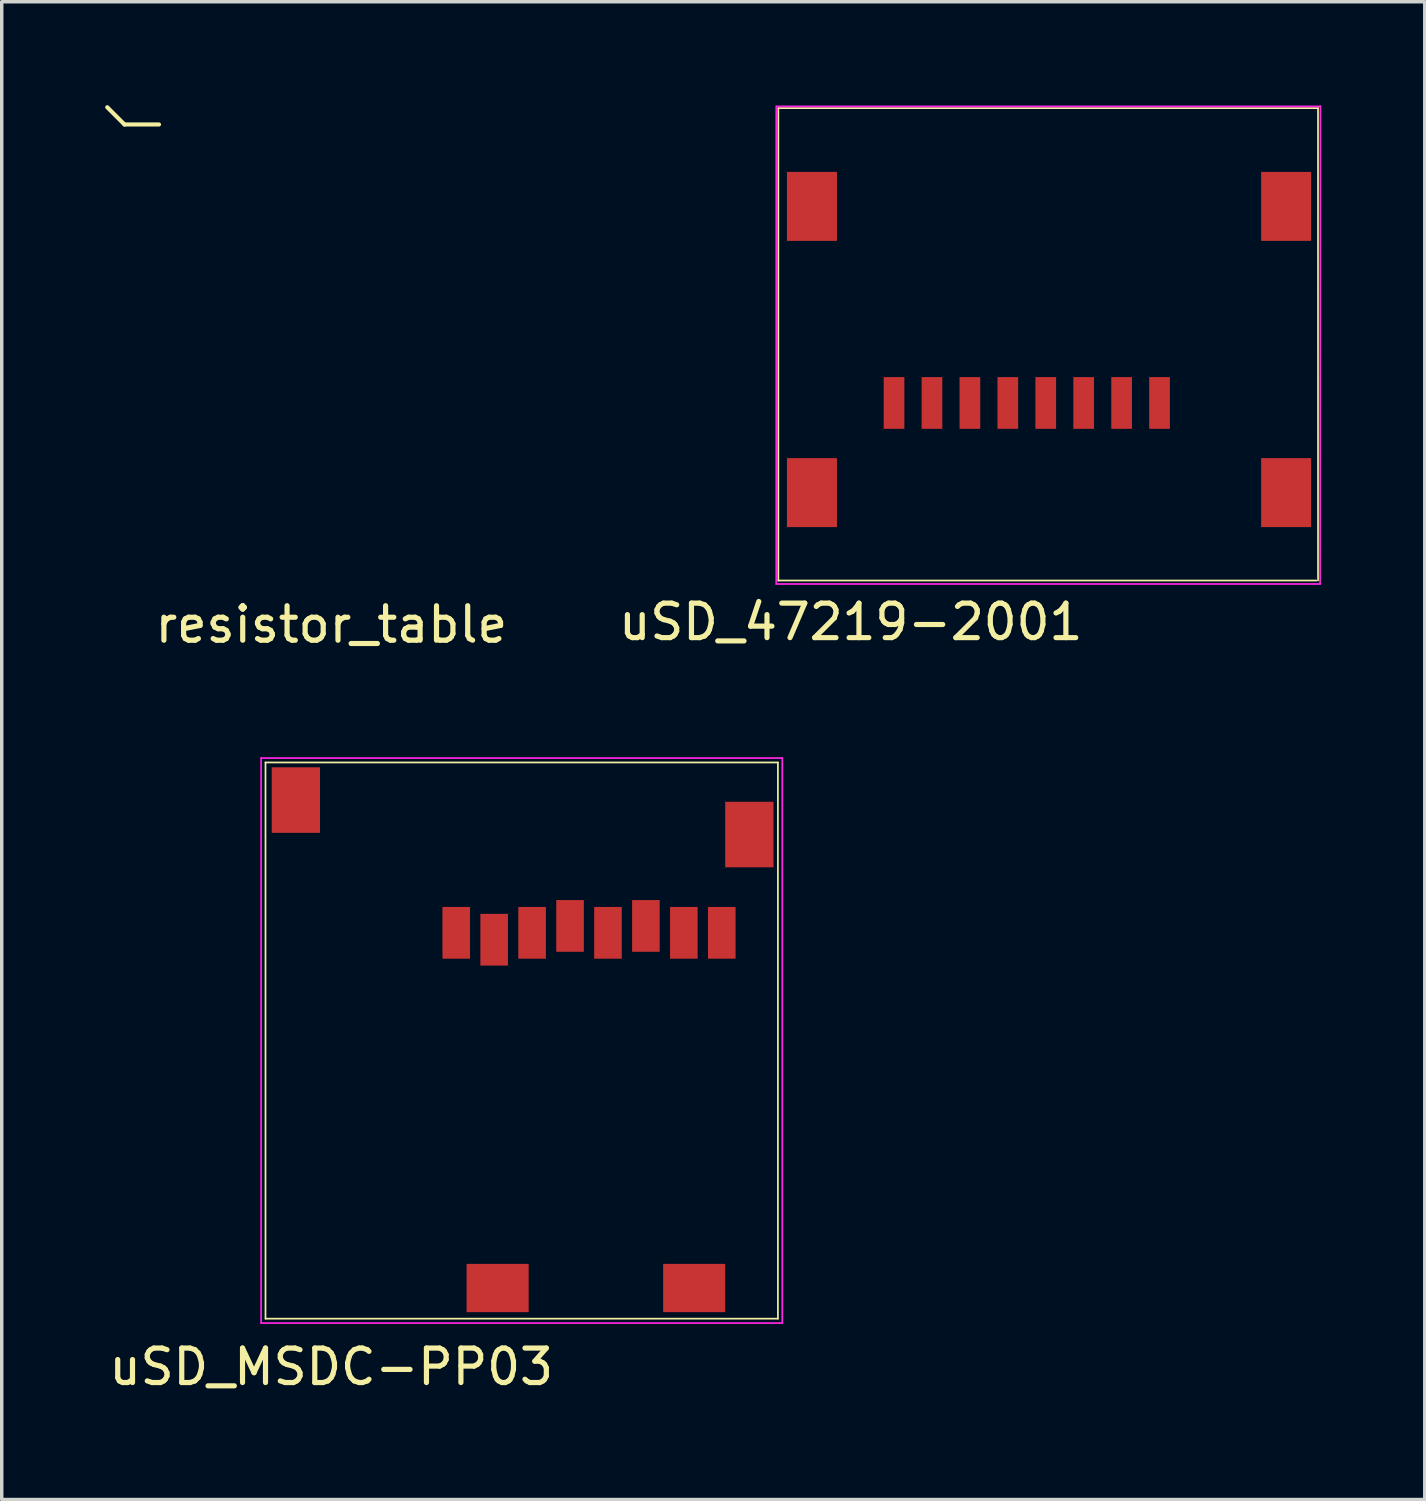
<source format=kicad_pcb>
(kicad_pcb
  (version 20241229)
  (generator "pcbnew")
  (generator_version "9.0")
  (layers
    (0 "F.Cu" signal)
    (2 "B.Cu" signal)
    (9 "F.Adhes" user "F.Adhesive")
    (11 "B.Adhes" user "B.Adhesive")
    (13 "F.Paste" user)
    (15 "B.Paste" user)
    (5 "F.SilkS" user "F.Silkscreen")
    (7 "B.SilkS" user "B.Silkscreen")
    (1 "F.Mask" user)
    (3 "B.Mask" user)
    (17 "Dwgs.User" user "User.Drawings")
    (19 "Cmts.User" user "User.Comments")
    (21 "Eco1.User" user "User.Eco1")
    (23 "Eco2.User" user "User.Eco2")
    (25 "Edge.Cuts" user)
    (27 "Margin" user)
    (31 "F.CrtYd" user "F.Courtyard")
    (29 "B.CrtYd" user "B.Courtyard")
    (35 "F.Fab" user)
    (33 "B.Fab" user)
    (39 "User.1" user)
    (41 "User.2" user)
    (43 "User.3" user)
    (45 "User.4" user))
  (footprint "resistor_table"
    (layer "F.Cu")
    (at 6.56 14.56)
    (property "Reference" "resistor_table" (at 0 0.5 0) (layer "F.SilkS") (effects (font (size 1 1) (thickness 0.15))))
    (attr through_hole)
    (fp_line (start -6.5 -14.5) (end -6 -14) (stroke (width 0.12) (type solid)) (layer "F.SilkS"))
    (fp_line (start -6 -14) (end -5 -14) (stroke (width 0.12) (type solid)) (layer "F.SilkS")))
  (footprint "uSD_MSDC-PP03"
    (layer "F.Cu")
    (at 11.38 34.3)
    (property "Reference" "uSD_MSDC-PP03" (at -4.826 2.286 0) (layer "F.SilkS") (effects (font (size 1 1) (thickness 0.15))))
    (attr through_hole)
    (fp_line (start -6.731 -15.24) (end 8.128 -15.24) (stroke (width 0.05) (type solid)) (layer "F.SilkS"))
    (fp_line (start -6.731 0.889) (end -6.731 -15.24) (stroke (width 0.05) (type solid)) (layer "F.SilkS"))
    (fp_line (start 8.128 -15.24) (end 8.128 0.889) (stroke (width 0.05) (type solid)) (layer "F.SilkS"))
    (fp_line (start 8.128 0.889) (end -6.731 0.889) (stroke (width 0.05) (type solid)) (layer "F.SilkS"))
    (fp_line (start -6.858 -15.367) (end -6.858 1.016) (stroke (width 0.05) (type solid)) (layer "F.CrtYd"))
    (fp_line (start -6.858 1.016) (end 8.255 1.016) (stroke (width 0.05) (type solid)) (layer "F.CrtYd"))
    (fp_line (start 8.255 -15.367) (end -6.858 -15.367) (stroke (width 0.05) (type solid)) (layer "F.CrtYd"))
    (fp_line (start 8.255 1.016) (end 8.255 -15.367) (stroke (width 0.05) (type solid)) (layer "F.CrtYd"))
    (pad "1" smd rect (at -1.2 -10.3) (size 0.8 1.5) (layers "F.Cu" "F.Mask" "F.Paste"))
    (pad "2" smd rect (at -0.1 -10.1) (size 0.8 1.5) (layers "F.Cu" "F.Mask" "F.Paste"))
    (pad "3" smd rect (at 1 -10.3) (size 0.8 1.5) (layers "F.Cu" "F.Mask" "F.Paste"))
    (pad "4" smd rect (at 2.1 -10.5) (size 0.8 1.5) (layers "F.Cu" "F.Mask" "F.Paste"))
    (pad "5" smd rect (at 3.2 -10.3) (size 0.8 1.5) (layers "F.Cu" "F.Mask" "F.Paste"))
    (pad "6" smd rect (at 4.3 -10.5) (size 0.8 1.5) (layers "F.Cu" "F.Mask" "F.Paste"))
    (pad "7" smd rect (at 5.4 -10.3) (size 0.8 1.5) (layers "F.Cu" "F.Mask" "F.Paste"))
    (pad "8" smd rect (at 6.5 -10.3) (size 0.8 1.5) (layers "F.Cu" "F.Mask" "F.Paste"))
    (pad "9" smd rect (at -5.85 -14.15) (size 1.4 1.9) (layers "F.Cu" "F.Mask" "F.Paste"))
    (pad "9" smd rect (at 7.3 -13.15) (size 1.4 1.9) (layers "F.Cu" "F.Mask" "F.Paste"))
    (pad "10" smd rect (at 5.7 0) (size 1.8 1.4) (layers "F.Cu" "F.Mask" "F.Paste"))
    (pad "11" smd rect (at 0 0) (size 1.8 1.4) (layers "F.Cu" "F.Mask" "F.Paste")))
  (footprint "uSD_47219-2001"
    (layer "F.Cu")
    (at 27.37 11.235)
    (property "Reference" "uSD_47219-2001" (at -5.75 3.75 0) (layer "F.SilkS") (effects (font (size 1 1) (thickness 0.15))))
    (attr through_hole)
    (fp_line (start -7.85 -11.15) (end 7.8 -11.15) (stroke (width 0.05) (type solid)) (layer "F.SilkS"))
    (fp_line (start -7.85 2.55) (end -7.85 -11.15) (stroke (width 0.05) (type solid)) (layer "F.SilkS"))
    (fp_line (start 7.75 2.55) (end -7.85 2.55) (stroke (width 0.05) (type solid)) (layer "F.SilkS"))
    (fp_line (start 7.8 -11.15) (end 7.8 2.55) (stroke (width 0.05) (type solid)) (layer "F.SilkS"))
    (fp_line (start -7.91 -11.2) (end -7.91 2.65) (stroke (width 0.05) (type solid)) (layer "F.CrtYd"))
    (fp_line (start -7.91 2.65) (end 7.86 2.65) (stroke (width 0.05) (type solid)) (layer "F.CrtYd"))
    (fp_line (start 7.85 -11.2) (end -7.9 -11.2) (stroke (width 0.05) (type solid)) (layer "F.CrtYd"))
    (fp_line (start 7.86 2.65) (end 7.87 -11.21) (stroke (width 0.05) (type solid)) (layer "F.CrtYd"))
    (pad "1" smd rect (at 3.205 -2.6) (size 0.6 1.5) (layers "F.Cu" "F.Mask" "F.Paste"))
    (pad "2" smd rect (at 2.105 -2.6) (size 0.6 1.5) (layers "F.Cu" "F.Mask" "F.Paste"))
    (pad "3" smd rect (at 1.005 -2.6) (size 0.6 1.5) (layers "F.Cu" "F.Mask" "F.Paste"))
    (pad "4" smd rect (at -0.095 -2.6) (size 0.6 1.5) (layers "F.Cu" "F.Mask" "F.Paste"))
    (pad "5" smd rect (at -1.195 -2.6) (size 0.6 1.5) (layers "F.Cu" "F.Mask" "F.Paste"))
    (pad "6" smd rect (at -2.295 -2.6) (size 0.6 1.5) (layers "F.Cu" "F.Mask" "F.Paste"))
    (pad "7" smd rect (at -3.395 -2.6) (size 0.6 1.5) (layers "F.Cu" "F.Mask" "F.Paste"))
    (pad "8" smd rect (at -4.495 -2.6) (size 0.6 1.5) (layers "F.Cu" "F.Mask" "F.Paste"))
    (pad "9" smd rect (at -6.875 -8.3) (size 1.45 2) (layers "F.Cu" "F.Mask" "F.Paste"))
    (pad "9" smd rect (at -6.875 0) (size 1.45 2) (layers "F.Cu" "F.Mask" "F.Paste"))
    (pad "9" smd rect (at 6.875 -8.3) (size 1.45 2) (layers "F.Cu" "F.Mask" "F.Paste"))
    (pad "9" smd rect (at 6.875 0) (size 1.45 2) (layers "F.Cu" "F.Mask" "F.Paste")))
  (gr_rect
    (start -3 -3)
    (end 38.265 40.434)
    (stroke (width 0.1) (type default))
    (fill no)
    (layer "Edge.Cuts")))
</source>
